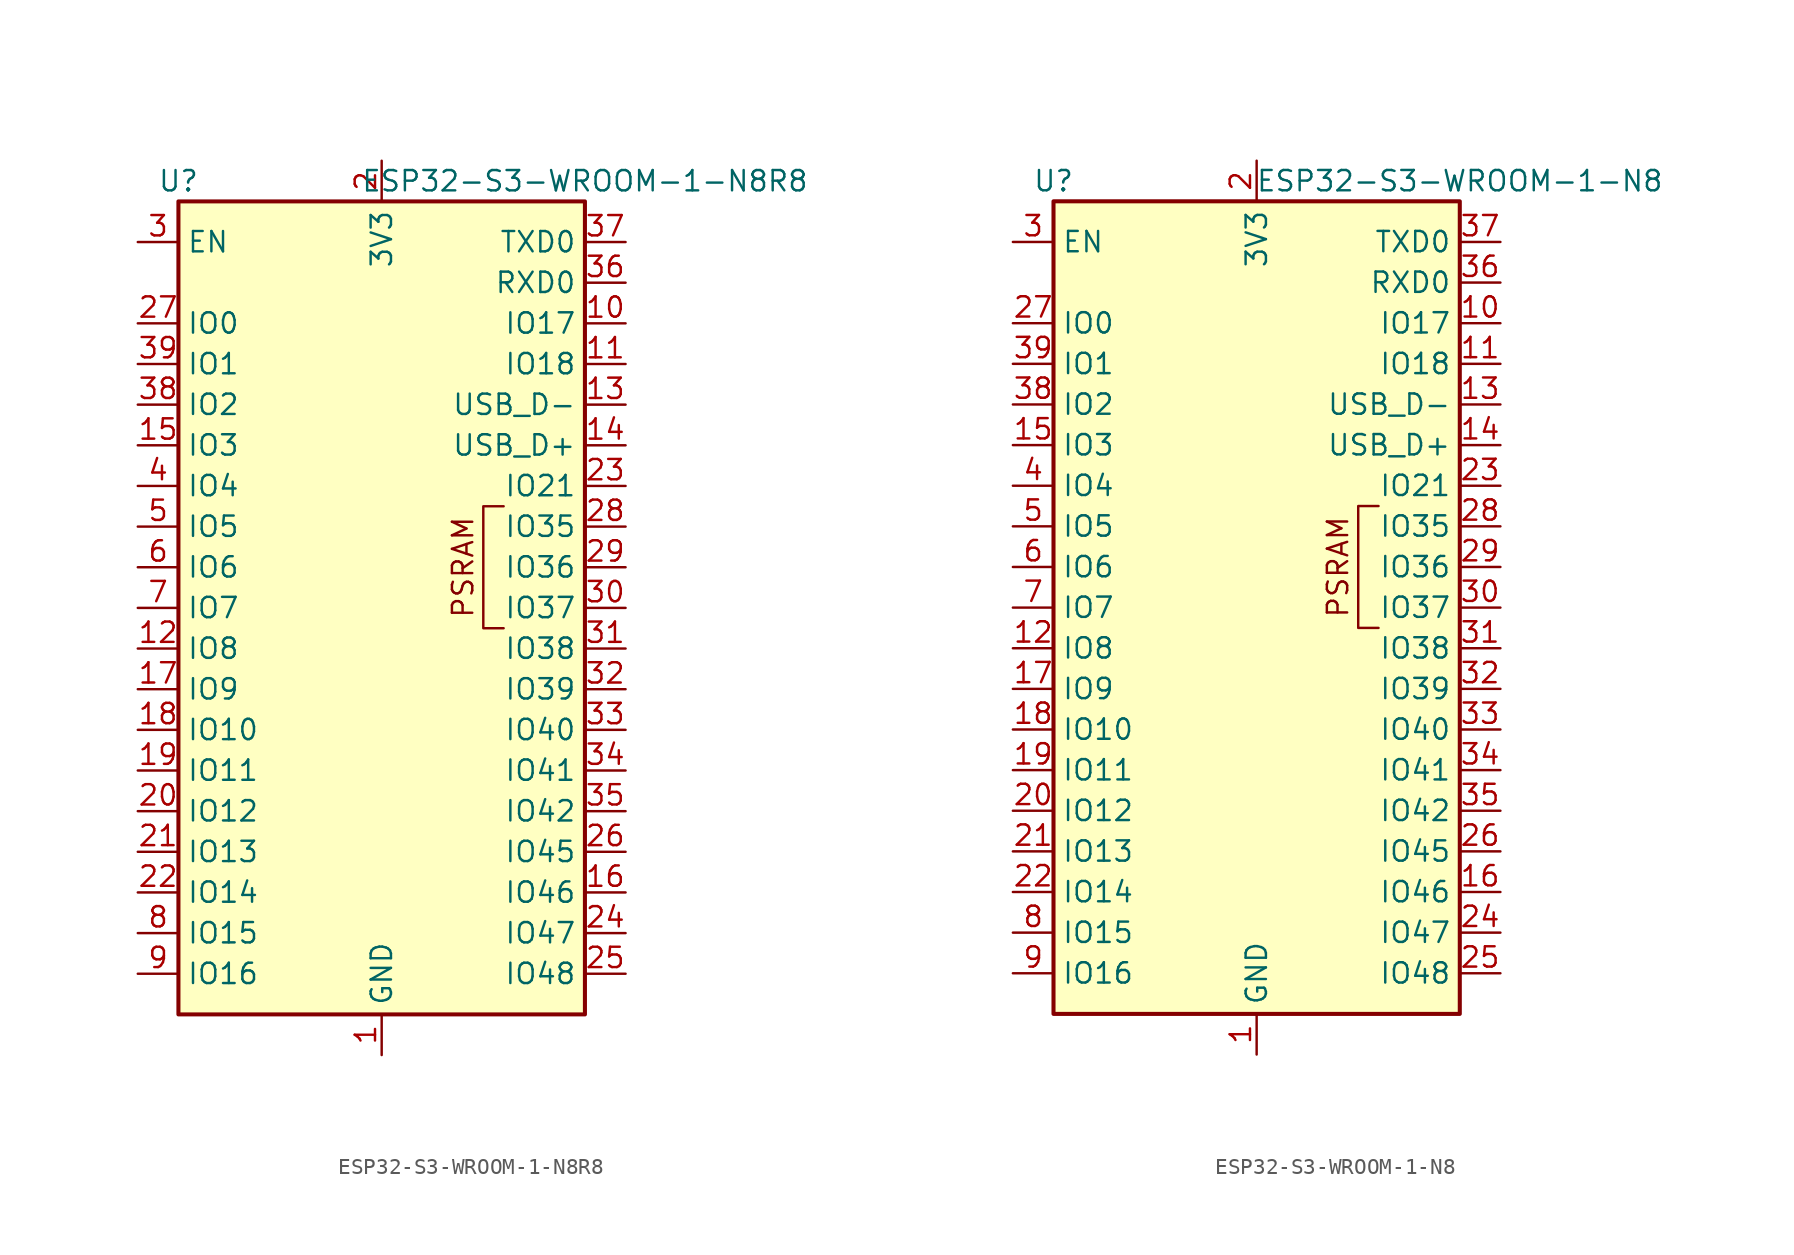
<source format=kicad_sym>
(kicad_symbol_lib
  (version 20241209)
  (generator "kicad_symbol_editor")
  (generator_version "9.0")
  (symbol "ESP32-S3-WROOM-1-N8R8"
    (property "Reference" "U"
      (at -12.7 26.67 0)
      (effects (font (size 1.27 1.27))))
    (property "Value" "ESP32-S3-WROOM-1-N8R8"
      (at 12.7 26.67 0)
      (effects (font (size 1.27 1.27))))
    (symbol "ESP32-S3-WROOM-1-N8R8_0_0"
      (rectangle (start -12.7 25.4) (end 12.7 -25.4) (stroke (width 0.254) (type default)) (fill (type background)))
      (text "PSRAM" (at 5.08 2.54 900) (effects (font (size 1.27 1.27)))))
    (symbol "ESP32-S3-WROOM-1-N8R8_0_1"
      (polyline (pts (xy 7.62 -1.27) (xy 6.35 -1.27) (xy 6.35 6.35) (xy 7.62 6.35)) (stroke (width 0) (type default)) (fill (type none))))
    (symbol "ESP32-S3-WROOM-1-N8R8_1_1"
      (pin input line (at -15.24 22.86 0) (length 2.54) (name "EN" (effects (font (size 1.27 1.27)))) (number "3" (effects (font (size 1.27 1.27)))))
      (pin bidirectional line (at -15.24 17.78 0) (length 2.54) (name "IO0" (effects (font (size 1.27 1.27)))) (number "27" (effects (font (size 1.27 1.27)))))
      (pin bidirectional line (at -15.24 15.24 0) (length 2.54) (name "IO1" (effects (font (size 1.27 1.27)))) (number "39" (effects (font (size 1.27 1.27)))))
      (pin bidirectional line (at -15.24 12.7 0) (length 2.54) (name "IO2" (effects (font (size 1.27 1.27)))) (number "38" (effects (font (size 1.27 1.27)))))
      (pin bidirectional line (at -15.24 10.16 0) (length 2.54) (name "IO3" (effects (font (size 1.27 1.27)))) (number "15" (effects (font (size 1.27 1.27)))))
      (pin bidirectional line (at -15.24 7.62 0) (length 2.54) (name "IO4" (effects (font (size 1.27 1.27)))) (number "4" (effects (font (size 1.27 1.27)))))
      (pin bidirectional line (at -15.24 5.08 0) (length 2.54) (name "IO5" (effects (font (size 1.27 1.27)))) (number "5" (effects (font (size 1.27 1.27)))))
      (pin bidirectional line (at -15.24 2.54 0) (length 2.54) (name "IO6" (effects (font (size 1.27 1.27)))) (number "6" (effects (font (size 1.27 1.27)))))
      (pin bidirectional line (at -15.24 0 0) (length 2.54) (name "IO7" (effects (font (size 1.27 1.27)))) (number "7" (effects (font (size 1.27 1.27)))))
      (pin bidirectional line (at -15.24 -2.54 0) (length 2.54) (name "IO8" (effects (font (size 1.27 1.27)))) (number "12" (effects (font (size 1.27 1.27)))))
      (pin bidirectional line (at -15.24 -5.08 0) (length 2.54) (name "IO9" (effects (font (size 1.27 1.27)))) (number "17" (effects (font (size 1.27 1.27)))))
      (pin bidirectional line (at -15.24 -7.62 0) (length 2.54) (name "IO10" (effects (font (size 1.27 1.27)))) (number "18" (effects (font (size 1.27 1.27)))))
      (pin bidirectional line (at -15.24 -10.16 0) (length 2.54) (name "IO11" (effects (font (size 1.27 1.27)))) (number "19" (effects (font (size 1.27 1.27)))))
      (pin bidirectional line (at -15.24 -12.7 0) (length 2.54) (name "IO12" (effects (font (size 1.27 1.27)))) (number "20" (effects (font (size 1.27 1.27)))))
      (pin bidirectional line (at -15.24 -15.24 0) (length 2.54) (name "IO13" (effects (font (size 1.27 1.27)))) (number "21" (effects (font (size 1.27 1.27)))))
      (pin bidirectional line (at -15.24 -17.78 0) (length 2.54) (name "IO14" (effects (font (size 1.27 1.27)))) (number "22" (effects (font (size 1.27 1.27)))))
      (pin bidirectional line (at -15.24 -20.32 0) (length 2.54) (name "IO15" (effects (font (size 1.27 1.27)))) (number "8" (effects (font (size 1.27 1.27)))))
      (pin bidirectional line (at -15.24 -22.86 0) (length 2.54) (name "IO16" (effects (font (size 1.27 1.27)))) (number "9" (effects (font (size 1.27 1.27)))))
      (pin power_in line (at 0 27.94 270) (length 2.54) (name "3V3" (effects (font (size 1.27 1.27)))) (number "2" (effects (font (size 1.27 1.27)))))
      (pin power_in line (at 0 -27.94 90) (length 2.54) (name "GND" (effects (font (size 1.27 1.27)))) (number "1" (effects (font (size 1.27 1.27)))))
      (pin passive line (at 0 -27.94 90) (length 2.54) (hide yes) (name "GND" (effects (font (size 1.27 1.27)))) (number "40" (effects (font (size 1.27 1.27)))))
      (pin passive line (at 0 -27.94 90) (length 2.54) (hide yes) (name "GND" (effects (font (size 1.27 1.27)))) (number "41" (effects (font (size 1.27 1.27)))))
      (pin bidirectional line (at 15.24 22.86 180) (length 2.54) (name "TXD0" (effects (font (size 1.27 1.27)))) (number "37" (effects (font (size 1.27 1.27)))))
      (pin bidirectional line (at 15.24 20.32 180) (length 2.54) (name "RXD0" (effects (font (size 1.27 1.27)))) (number "36" (effects (font (size 1.27 1.27)))))
      (pin bidirectional line (at 15.24 17.78 180) (length 2.54) (name "IO17" (effects (font (size 1.27 1.27)))) (number "10" (effects (font (size 1.27 1.27)))))
      (pin bidirectional line (at 15.24 15.24 180) (length 2.54) (name "IO18" (effects (font (size 1.27 1.27)))) (number "11" (effects (font (size 1.27 1.27)))))
      (pin bidirectional line (at 15.24 12.7 180) (length 2.54) (name "USB_D-" (effects (font (size 1.27 1.27)))) (number "13" (effects (font (size 1.27 1.27)))) (alternate "IO19" bidirectional line))
      (pin bidirectional line (at 15.24 10.16 180) (length 2.54) (name "USB_D+" (effects (font (size 1.27 1.27)))) (number "14" (effects (font (size 1.27 1.27)))) (alternate "IO20" bidirectional line))
      (pin bidirectional line (at 15.24 7.62 180) (length 2.54) (name "IO21" (effects (font (size 1.27 1.27)))) (number "23" (effects (font (size 1.27 1.27)))))
      (pin bidirectional line (at 15.24 5.08 180) (length 2.54) (name "IO35" (effects (font (size 1.27 1.27)))) (number "28" (effects (font (size 1.27 1.27)))))
      (pin bidirectional line (at 15.24 2.54 180) (length 2.54) (name "IO36" (effects (font (size 1.27 1.27)))) (number "29" (effects (font (size 1.27 1.27)))))
      (pin bidirectional line (at 15.24 0 180) (length 2.54) (name "IO37" (effects (font (size 1.27 1.27)))) (number "30" (effects (font (size 1.27 1.27)))))
      (pin bidirectional line (at 15.24 -2.54 180) (length 2.54) (name "IO38" (effects (font (size 1.27 1.27)))) (number "31" (effects (font (size 1.27 1.27)))))
      (pin bidirectional line (at 15.24 -5.08 180) (length 2.54) (name "IO39" (effects (font (size 1.27 1.27)))) (number "32" (effects (font (size 1.27 1.27)))))
      (pin bidirectional line (at 15.24 -7.62 180) (length 2.54) (name "IO40" (effects (font (size 1.27 1.27)))) (number "33" (effects (font (size 1.27 1.27)))))
      (pin bidirectional line (at 15.24 -10.16 180) (length 2.54) (name "IO41" (effects (font (size 1.27 1.27)))) (number "34" (effects (font (size 1.27 1.27)))))
      (pin bidirectional line (at 15.24 -12.7 180) (length 2.54) (name "IO42" (effects (font (size 1.27 1.27)))) (number "35" (effects (font (size 1.27 1.27)))))
      (pin bidirectional line (at 15.24 -15.24 180) (length 2.54) (name "IO45" (effects (font (size 1.27 1.27)))) (number "26" (effects (font (size 1.27 1.27)))))
      (pin bidirectional line (at 15.24 -17.78 180) (length 2.54) (name "IO46" (effects (font (size 1.27 1.27)))) (number "16" (effects (font (size 1.27 1.27)))))
      (pin bidirectional line (at 15.24 -20.32 180) (length 2.54) (name "IO47" (effects (font (size 1.27 1.27)))) (number "24" (effects (font (size 1.27 1.27)))))
      (pin bidirectional line (at 15.24 -22.86 180) (length 2.54) (name "IO48" (effects (font (size 1.27 1.27)))) (number "25" (effects (font (size 1.27 1.27)))))))
  (symbol "ESP32-S3-WROOM-1-N8"
    (property "Reference" "U"
      (at -12.7 26.67 0)
      (effects (font (size 1.27 1.27))))
    (property "Value" "ESP32-S3-WROOM-1-N8"
      (at 12.7 26.67 0)
      (effects (font (size 1.27 1.27))))
    (symbol "ESP32-S3-WROOM-1-N8_0_0"
      (rectangle (start -12.7 25.4) (end 12.7 -25.4) (stroke (width 0.254) (type default)) (fill (type background)))
      (text "PSRAM" (at 5.08 2.54 900) (effects (font (size 1.27 1.27)))))
    (symbol "ESP32-S3-WROOM-1-N8_0_1"
      (polyline (pts (xy 7.62 -1.27) (xy 6.35 -1.27) (xy 6.35 6.35) (xy 7.62 6.35)) (stroke (width 0) (type default)) (fill (type none))))
    (symbol "ESP32-S3-WROOM-1-N8_1_1"
      (pin input line (at -15.24 22.86 0) (length 2.54) (name "EN" (effects (font (size 1.27 1.27)))) (number "3" (effects (font (size 1.27 1.27)))))
      (pin bidirectional line (at -15.24 17.78 0) (length 2.54) (name "IO0" (effects (font (size 1.27 1.27)))) (number "27" (effects (font (size 1.27 1.27)))))
      (pin bidirectional line (at -15.24 15.24 0) (length 2.54) (name "IO1" (effects (font (size 1.27 1.27)))) (number "39" (effects (font (size 1.27 1.27)))))
      (pin bidirectional line (at -15.24 12.7 0) (length 2.54) (name "IO2" (effects (font (size 1.27 1.27)))) (number "38" (effects (font (size 1.27 1.27)))))
      (pin bidirectional line (at -15.24 10.16 0) (length 2.54) (name "IO3" (effects (font (size 1.27 1.27)))) (number "15" (effects (font (size 1.27 1.27)))))
      (pin bidirectional line (at -15.24 7.62 0) (length 2.54) (name "IO4" (effects (font (size 1.27 1.27)))) (number "4" (effects (font (size 1.27 1.27)))))
      (pin bidirectional line (at -15.24 5.08 0) (length 2.54) (name "IO5" (effects (font (size 1.27 1.27)))) (number "5" (effects (font (size 1.27 1.27)))))
      (pin bidirectional line (at -15.24 2.54 0) (length 2.54) (name "IO6" (effects (font (size 1.27 1.27)))) (number "6" (effects (font (size 1.27 1.27)))))
      (pin bidirectional line (at -15.24 0 0) (length 2.54) (name "IO7" (effects (font (size 1.27 1.27)))) (number "7" (effects (font (size 1.27 1.27)))))
      (pin bidirectional line (at -15.24 -2.54 0) (length 2.54) (name "IO8" (effects (font (size 1.27 1.27)))) (number "12" (effects (font (size 1.27 1.27)))))
      (pin bidirectional line (at -15.24 -5.08 0) (length 2.54) (name "IO9" (effects (font (size 1.27 1.27)))) (number "17" (effects (font (size 1.27 1.27)))))
      (pin bidirectional line (at -15.24 -7.62 0) (length 2.54) (name "IO10" (effects (font (size 1.27 1.27)))) (number "18" (effects (font (size 1.27 1.27)))))
      (pin bidirectional line (at -15.24 -10.16 0) (length 2.54) (name "IO11" (effects (font (size 1.27 1.27)))) (number "19" (effects (font (size 1.27 1.27)))))
      (pin bidirectional line (at -15.24 -12.7 0) (length 2.54) (name "IO12" (effects (font (size 1.27 1.27)))) (number "20" (effects (font (size 1.27 1.27)))))
      (pin bidirectional line (at -15.24 -15.24 0) (length 2.54) (name "IO13" (effects (font (size 1.27 1.27)))) (number "21" (effects (font (size 1.27 1.27)))))
      (pin bidirectional line (at -15.24 -17.78 0) (length 2.54) (name "IO14" (effects (font (size 1.27 1.27)))) (number "22" (effects (font (size 1.27 1.27)))))
      (pin bidirectional line (at -15.24 -20.32 0) (length 2.54) (name "IO15" (effects (font (size 1.27 1.27)))) (number "8" (effects (font (size 1.27 1.27)))))
      (pin bidirectional line (at -15.24 -22.86 0) (length 2.54) (name "IO16" (effects (font (size 1.27 1.27)))) (number "9" (effects (font (size 1.27 1.27)))))
      (pin power_in line (at 0 27.94 270) (length 2.54) (name "3V3" (effects (font (size 1.27 1.27)))) (number "2" (effects (font (size 1.27 1.27)))))
      (pin power_in line (at 0 -27.94 90) (length 2.54) (name "GND" (effects (font (size 1.27 1.27)))) (number "1" (effects (font (size 1.27 1.27)))))
      (pin passive line (at 0 -27.94 90) (length 2.54) (hide yes) (name "GND" (effects (font (size 1.27 1.27)))) (number "40" (effects (font (size 1.27 1.27)))))
      (pin passive line (at 0 -27.94 90) (length 2.54) (hide yes) (name "GND" (effects (font (size 1.27 1.27)))) (number "41" (effects (font (size 1.27 1.27)))))
      (pin bidirectional line (at 15.24 22.86 180) (length 2.54) (name "TXD0" (effects (font (size 1.27 1.27)))) (number "37" (effects (font (size 1.27 1.27)))))
      (pin bidirectional line (at 15.24 20.32 180) (length 2.54) (name "RXD0" (effects (font (size 1.27 1.27)))) (number "36" (effects (font (size 1.27 1.27)))))
      (pin bidirectional line (at 15.24 17.78 180) (length 2.54) (name "IO17" (effects (font (size 1.27 1.27)))) (number "10" (effects (font (size 1.27 1.27)))))
      (pin bidirectional line (at 15.24 15.24 180) (length 2.54) (name "IO18" (effects (font (size 1.27 1.27)))) (number "11" (effects (font (size 1.27 1.27)))))
      (pin bidirectional line (at 15.24 12.7 180) (length 2.54) (name "USB_D-" (effects (font (size 1.27 1.27)))) (number "13" (effects (font (size 1.27 1.27)))) (alternate "IO19" bidirectional line))
      (pin bidirectional line (at 15.24 10.16 180) (length 2.54) (name "USB_D+" (effects (font (size 1.27 1.27)))) (number "14" (effects (font (size 1.27 1.27)))) (alternate "IO20" bidirectional line))
      (pin bidirectional line (at 15.24 7.62 180) (length 2.54) (name "IO21" (effects (font (size 1.27 1.27)))) (number "23" (effects (font (size 1.27 1.27)))))
      (pin bidirectional line (at 15.24 5.08 180) (length 2.54) (name "IO35" (effects (font (size 1.27 1.27)))) (number "28" (effects (font (size 1.27 1.27)))))
      (pin bidirectional line (at 15.24 2.54 180) (length 2.54) (name "IO36" (effects (font (size 1.27 1.27)))) (number "29" (effects (font (size 1.27 1.27)))))
      (pin bidirectional line (at 15.24 0 180) (length 2.54) (name "IO37" (effects (font (size 1.27 1.27)))) (number "30" (effects (font (size 1.27 1.27)))))
      (pin bidirectional line (at 15.24 -2.54 180) (length 2.54) (name "IO38" (effects (font (size 1.27 1.27)))) (number "31" (effects (font (size 1.27 1.27)))))
      (pin bidirectional line (at 15.24 -5.08 180) (length 2.54) (name "IO39" (effects (font (size 1.27 1.27)))) (number "32" (effects (font (size 1.27 1.27)))))
      (pin bidirectional line (at 15.24 -7.62 180) (length 2.54) (name "IO40" (effects (font (size 1.27 1.27)))) (number "33" (effects (font (size 1.27 1.27)))))
      (pin bidirectional line (at 15.24 -10.16 180) (length 2.54) (name "IO41" (effects (font (size 1.27 1.27)))) (number "34" (effects (font (size 1.27 1.27)))))
      (pin bidirectional line (at 15.24 -12.7 180) (length 2.54) (name "IO42" (effects (font (size 1.27 1.27)))) (number "35" (effects (font (size 1.27 1.27)))))
      (pin bidirectional line (at 15.24 -15.24 180) (length 2.54) (name "IO45" (effects (font (size 1.27 1.27)))) (number "26" (effects (font (size 1.27 1.27)))))
      (pin bidirectional line (at 15.24 -17.78 180) (length 2.54) (name "IO46" (effects (font (size 1.27 1.27)))) (number "16" (effects (font (size 1.27 1.27)))))
      (pin bidirectional line (at 15.24 -20.32 180) (length 2.54) (name "IO47" (effects (font (size 1.27 1.27)))) (number "24" (effects (font (size 1.27 1.27)))))
      (pin bidirectional line (at 15.24 -22.86 180) (length 2.54) (name "IO48" (effects (font (size 1.27 1.27)))) (number "25" (effects (font (size 1.27 1.27))))))))
</source>
